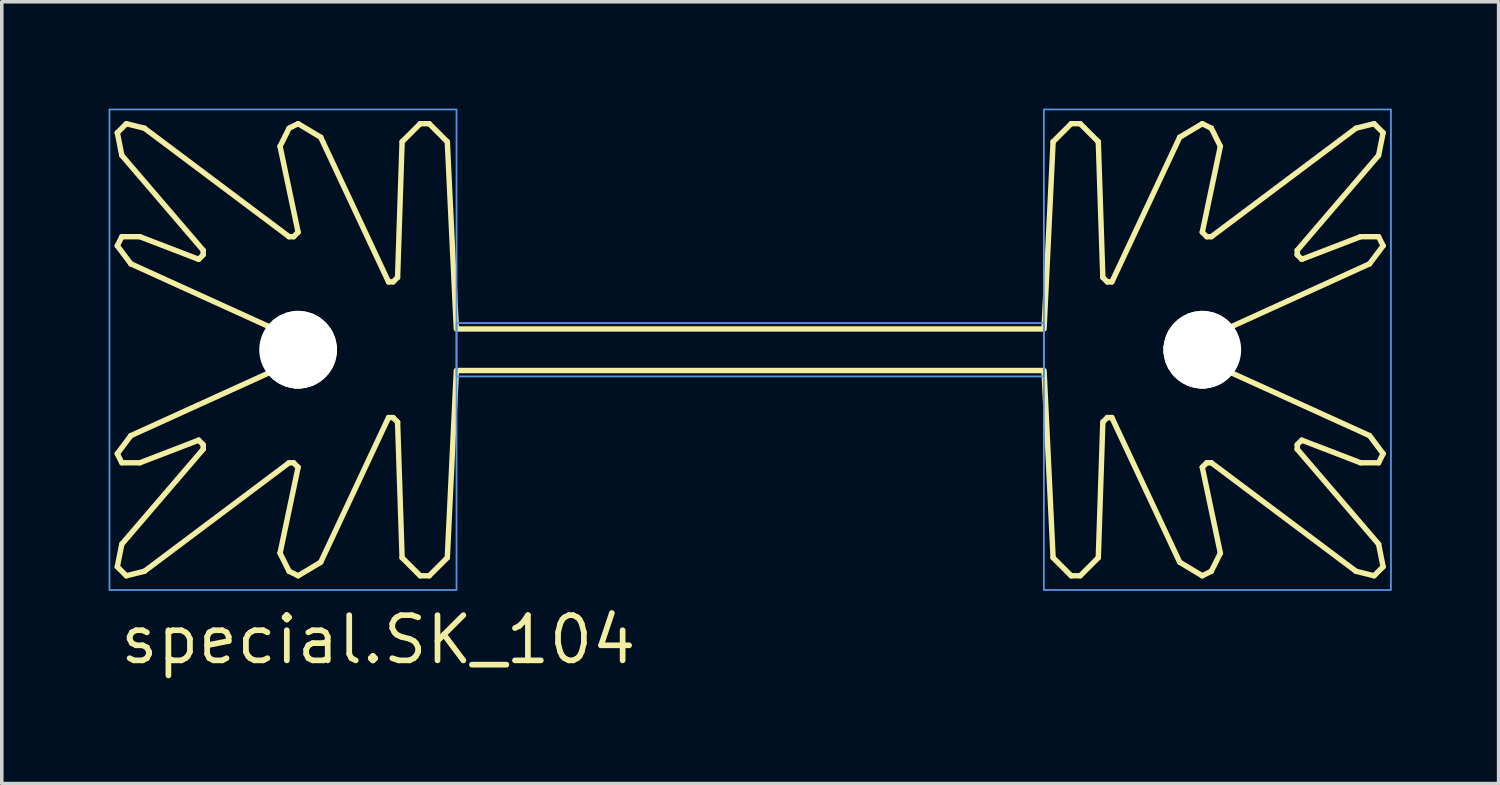
<source format=kicad_pcb>
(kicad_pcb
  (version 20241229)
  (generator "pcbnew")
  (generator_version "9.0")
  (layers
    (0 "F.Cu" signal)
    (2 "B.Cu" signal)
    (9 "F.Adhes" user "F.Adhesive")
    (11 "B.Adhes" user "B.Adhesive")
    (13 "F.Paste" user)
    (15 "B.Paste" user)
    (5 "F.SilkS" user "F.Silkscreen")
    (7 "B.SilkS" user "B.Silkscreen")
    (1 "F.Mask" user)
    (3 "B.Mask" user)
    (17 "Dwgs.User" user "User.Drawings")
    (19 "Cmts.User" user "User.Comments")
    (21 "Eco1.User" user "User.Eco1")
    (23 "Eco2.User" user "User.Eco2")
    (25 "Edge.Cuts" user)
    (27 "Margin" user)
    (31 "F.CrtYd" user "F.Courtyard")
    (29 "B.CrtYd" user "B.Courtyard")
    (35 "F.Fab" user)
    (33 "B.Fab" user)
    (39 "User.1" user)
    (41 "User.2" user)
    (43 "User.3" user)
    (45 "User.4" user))
  (footprint "special.SK_104"
    (layer "F.Cu")
    (at 18.025 6.775)
    (property "Reference" "special.SK_104" (at -17.78 8.89 0) (layer "F.SilkS") (effects (font (size 1.27 1.27) (thickness 0.16)) (justify left bottom)))
    (fp_line (start -17.78 -6.096) (end -17.653 -5.461) (stroke (width 0.152) (type default)) (layer "F.SilkS"))
    (fp_line (start -17.78 -2.921) (end -17.653 -3.175) (stroke (width 0.152) (type default)) (layer "F.SilkS"))
    (fp_line (start -17.78 -2.921) (end -17.399 -2.413) (stroke (width 0.152) (type default)) (layer "F.SilkS"))
    (fp_line (start -17.78 2.921) (end -17.653 3.175) (stroke (width 0.152) (type default)) (layer "F.SilkS"))
    (fp_line (start -17.78 2.921) (end -17.399 2.413) (stroke (width 0.152) (type default)) (layer "F.SilkS"))
    (fp_line (start -17.78 6.096) (end -17.653 5.461) (stroke (width 0.152) (type default)) (layer "F.SilkS"))
    (fp_line (start -17.653 -3.175) (end -17.145 -3.175) (stroke (width 0.152) (type default)) (layer "F.SilkS"))
    (fp_line (start -17.653 3.175) (end -17.145 3.175) (stroke (width 0.152) (type default)) (layer "F.SilkS"))
    (fp_line (start -17.526 -6.35) (end -17.78 -6.096) (stroke (width 0.152) (type default)) (layer "F.SilkS"))
    (fp_line (start -17.526 6.35) (end -17.78 6.096) (stroke (width 0.152) (type default)) (layer "F.SilkS"))
    (fp_line (start -17.399 -2.413) (end -13.487 -0.635) (stroke (width 0.152) (type default)) (layer "F.SilkS"))
    (fp_line (start -17.399 2.413) (end -13.487 0.635) (stroke (width 0.152) (type default)) (layer "F.SilkS"))
    (fp_line (start -17.018 -6.223) (end -17.526 -6.35) (stroke (width 0.152) (type default)) (layer "F.SilkS"))
    (fp_line (start -17.018 6.223) (end -17.526 6.35) (stroke (width 0.152) (type default)) (layer "F.SilkS"))
    (fp_line (start -15.494 -2.54) (end -17.145 -3.175) (stroke (width 0.152) (type default)) (layer "F.SilkS"))
    (fp_line (start -15.494 2.54) (end -17.145 3.175) (stroke (width 0.152) (type default)) (layer "F.SilkS"))
    (fp_line (start -15.367 -2.794) (end -17.653 -5.461) (stroke (width 0.152) (type default)) (layer "F.SilkS"))
    (fp_line (start -15.367 -2.667) (end -15.494 -2.54) (stroke (width 0.152) (type default)) (layer "F.SilkS"))
    (fp_line (start -15.367 -2.667) (end -15.367 -2.794) (stroke (width 0.152) (type default)) (layer "F.SilkS"))
    (fp_line (start -15.367 2.667) (end -15.494 2.54) (stroke (width 0.152) (type default)) (layer "F.SilkS"))
    (fp_line (start -15.367 2.667) (end -15.367 2.794) (stroke (width 0.152) (type default)) (layer "F.SilkS"))
    (fp_line (start -15.367 2.794) (end -17.653 5.461) (stroke (width 0.152) (type default)) (layer "F.SilkS"))
    (fp_line (start -13.487 -0.635) (end -13.36 -0.762) (stroke (width 0.152) (type default)) (layer "F.SilkS"))
    (fp_line (start -13.487 0.635) (end -13.36 0.762) (stroke (width 0.152) (type default)) (layer "F.SilkS"))
    (fp_line (start -13.36 -0.762) (end -13.183 -0.889) (stroke (width 0.152) (type default)) (layer "F.SilkS"))
    (fp_line (start -13.36 0.762) (end -13.183 0.889) (stroke (width 0.152) (type default)) (layer "F.SilkS"))
    (fp_line (start -13.183 -0.889) (end -13.005 -0.965) (stroke (width 0.152) (type default)) (layer "F.SilkS"))
    (fp_line (start -13.183 0.889) (end -13.005 0.965) (stroke (width 0.152) (type default)) (layer "F.SilkS"))
    (fp_line (start -13.005 -0.965) (end -12.776 -1.016) (stroke (width 0.152) (type default)) (layer "F.SilkS"))
    (fp_line (start -13.005 0.965) (end -12.776 1.016) (stroke (width 0.152) (type default)) (layer "F.SilkS"))
    (fp_line (start -12.954 -6.223) (end -13.208 -5.715) (stroke (width 0.152) (type default)) (layer "F.SilkS"))
    (fp_line (start -12.954 -3.175) (end -17.018 -6.223) (stroke (width 0.152) (type default)) (layer "F.SilkS"))
    (fp_line (start -12.954 3.175) (end -17.018 6.223) (stroke (width 0.152) (type default)) (layer "F.SilkS"))
    (fp_line (start -12.954 6.223) (end -13.208 5.715) (stroke (width 0.152) (type default)) (layer "F.SilkS"))
    (fp_line (start -12.827 -3.175) (end -12.954 -3.175) (stroke (width 0.152) (type default)) (layer "F.SilkS"))
    (fp_line (start -12.827 -3.175) (end -12.7 -3.302) (stroke (width 0.152) (type default)) (layer "F.SilkS"))
    (fp_line (start -12.827 3.175) (end -12.954 3.175) (stroke (width 0.152) (type default)) (layer "F.SilkS"))
    (fp_line (start -12.827 3.175) (end -12.7 3.302) (stroke (width 0.152) (type default)) (layer "F.SilkS"))
    (fp_line (start -12.776 -1.016) (end -12.649 -1.016) (stroke (width 0.152) (type default)) (layer "F.SilkS"))
    (fp_line (start -12.776 1.016) (end -12.649 1.016) (stroke (width 0.152) (type default)) (layer "F.SilkS"))
    (fp_line (start -12.7 -6.35) (end -12.954 -6.223) (stroke (width 0.152) (type default)) (layer "F.SilkS"))
    (fp_line (start -12.7 -3.302) (end -13.208 -5.715) (stroke (width 0.152) (type default)) (layer "F.SilkS"))
    (fp_line (start -12.7 3.302) (end -13.208 5.715) (stroke (width 0.152) (type default)) (layer "F.SilkS"))
    (fp_line (start -12.7 6.35) (end -12.954 6.223) (stroke (width 0.152) (type default)) (layer "F.SilkS"))
    (fp_line (start -12.649 -1.016) (end -12.497 -0.991) (stroke (width 0.152) (type default)) (layer "F.SilkS"))
    (fp_line (start -12.649 1.016) (end -12.497 0.991) (stroke (width 0.152) (type default)) (layer "F.SilkS"))
    (fp_line (start -12.497 -0.991) (end -12.319 -0.94) (stroke (width 0.152) (type default)) (layer "F.SilkS"))
    (fp_line (start -12.497 0.991) (end -12.319 0.94) (stroke (width 0.152) (type default)) (layer "F.SilkS"))
    (fp_line (start -12.319 -0.94) (end -12.141 -0.838) (stroke (width 0.152) (type default)) (layer "F.SilkS"))
    (fp_line (start -12.319 0.94) (end -12.141 0.838) (stroke (width 0.152) (type default)) (layer "F.SilkS"))
    (fp_line (start -12.141 -0.838) (end -11.963 -0.686) (stroke (width 0.152) (type default)) (layer "F.SilkS"))
    (fp_line (start -12.141 0.838) (end -11.963 0.686) (stroke (width 0.152) (type default)) (layer "F.SilkS"))
    (fp_line (start -12.065 -5.969) (end -12.7 -6.35) (stroke (width 0.152) (type default)) (layer "F.SilkS"))
    (fp_line (start -12.065 5.969) (end -12.7 6.35) (stroke (width 0.152) (type default)) (layer "F.SilkS"))
    (fp_line (start -11.963 -0.686) (end -11.811 -0.483) (stroke (width 0.152) (type default)) (layer "F.SilkS"))
    (fp_line (start -11.963 0.686) (end -11.811 0.483) (stroke (width 0.152) (type default)) (layer "F.SilkS"))
    (fp_line (start -11.811 -0.483) (end -11.735 -0.305) (stroke (width 0.152) (type default)) (layer "F.SilkS"))
    (fp_line (start -11.811 0.483) (end -11.735 0.305) (stroke (width 0.152) (type default)) (layer "F.SilkS"))
    (fp_line (start -11.735 -0.305) (end -11.684 -0.076) (stroke (width 0.152) (type default)) (layer "F.SilkS"))
    (fp_line (start -11.735 0.305) (end -11.684 0.076) (stroke (width 0.152) (type default)) (layer "F.SilkS"))
    (fp_line (start -11.684 -0.076) (end -11.684 0.076) (stroke (width 0.152) (type default)) (layer "F.SilkS"))
    (fp_line (start -10.16 -1.905) (end -12.065 -5.969) (stroke (width 0.152) (type default)) (layer "F.SilkS"))
    (fp_line (start -10.16 -1.905) (end -10.033 -1.905) (stroke (width 0.152) (type default)) (layer "F.SilkS"))
    (fp_line (start -10.16 1.905) (end -12.065 5.969) (stroke (width 0.152) (type default)) (layer "F.SilkS"))
    (fp_line (start -10.16 1.905) (end -10.033 1.905) (stroke (width 0.152) (type default)) (layer "F.SilkS"))
    (fp_line (start -10.033 -1.905) (end -9.906 -2.032) (stroke (width 0.152) (type default)) (layer "F.SilkS"))
    (fp_line (start -10.033 1.905) (end -9.906 2.032) (stroke (width 0.152) (type default)) (layer "F.SilkS"))
    (fp_line (start -9.906 -2.032) (end -9.779 -5.842) (stroke (width 0.152) (type default)) (layer "F.SilkS"))
    (fp_line (start -9.906 2.032) (end -9.779 5.842) (stroke (width 0.152) (type default)) (layer "F.SilkS"))
    (fp_line (start -9.271 -6.35) (end -9.779 -5.842) (stroke (width 0.152) (type default)) (layer "F.SilkS"))
    (fp_line (start -9.271 -6.35) (end -9.017 -6.35) (stroke (width 0.152) (type default)) (layer "F.SilkS"))
    (fp_line (start -9.271 6.35) (end -9.779 5.842) (stroke (width 0.152) (type default)) (layer "F.SilkS"))
    (fp_line (start -9.271 6.35) (end -9.017 6.35) (stroke (width 0.152) (type default)) (layer "F.SilkS"))
    (fp_line (start -9.017 -6.35) (end -8.509 -5.842) (stroke (width 0.152) (type default)) (layer "F.SilkS"))
    (fp_line (start -9.017 6.35) (end -8.509 5.842) (stroke (width 0.152) (type default)) (layer "F.SilkS"))
    (fp_line (start -8.255 -0.584) (end -8.509 -5.842) (stroke (width 0.152) (type default)) (layer "F.SilkS"))
    (fp_line (start -8.255 0.584) (end -8.509 5.842) (stroke (width 0.152) (type default)) (layer "F.SilkS"))
    (fp_line (start 8.255 -0.584) (end 8.509 -5.842) (stroke (width 0.152) (type default)) (layer "F.SilkS"))
    (fp_line (start 8.255 0.584) (end 8.509 5.842) (stroke (width 0.152) (type default)) (layer "F.SilkS"))
    (fp_line (start 9.017 -6.35) (end 8.509 -5.842) (stroke (width 0.152) (type default)) (layer "F.SilkS"))
    (fp_line (start 9.017 6.35) (end 8.509 5.842) (stroke (width 0.152) (type default)) (layer "F.SilkS"))
    (fp_line (start 9.271 -6.35) (end 9.017 -6.35) (stroke (width 0.152) (type default)) (layer "F.SilkS"))
    (fp_line (start 9.271 -6.35) (end 9.779 -5.842) (stroke (width 0.152) (type default)) (layer "F.SilkS"))
    (fp_line (start 9.271 6.35) (end 9.017 6.35) (stroke (width 0.152) (type default)) (layer "F.SilkS"))
    (fp_line (start 9.271 6.35) (end 9.779 5.842) (stroke (width 0.152) (type default)) (layer "F.SilkS"))
    (fp_line (start 9.906 -2.032) (end 9.779 -5.842) (stroke (width 0.152) (type default)) (layer "F.SilkS"))
    (fp_line (start 9.906 2.032) (end 9.779 5.842) (stroke (width 0.152) (type default)) (layer "F.SilkS"))
    (fp_line (start 10.033 -1.905) (end 9.906 -2.032) (stroke (width 0.152) (type default)) (layer "F.SilkS"))
    (fp_line (start 10.033 1.905) (end 9.906 2.032) (stroke (width 0.152) (type default)) (layer "F.SilkS"))
    (fp_line (start 10.16 -1.905) (end 10.033 -1.905) (stroke (width 0.152) (type default)) (layer "F.SilkS"))
    (fp_line (start 10.16 -1.905) (end 12.065 -5.969) (stroke (width 0.152) (type default)) (layer "F.SilkS"))
    (fp_line (start 10.16 1.905) (end 10.033 1.905) (stroke (width 0.152) (type default)) (layer "F.SilkS"))
    (fp_line (start 10.16 1.905) (end 12.065 5.969) (stroke (width 0.152) (type default)) (layer "F.SilkS"))
    (fp_line (start 11.684 0.076) (end 11.684 -0.076) (stroke (width 0.152) (type default)) (layer "F.SilkS"))
    (fp_line (start 11.735 -0.305) (end 11.684 -0.076) (stroke (width 0.152) (type default)) (layer "F.SilkS"))
    (fp_line (start 11.735 0.305) (end 11.684 0.076) (stroke (width 0.152) (type default)) (layer "F.SilkS"))
    (fp_line (start 11.811 -0.483) (end 11.735 -0.305) (stroke (width 0.152) (type default)) (layer "F.SilkS"))
    (fp_line (start 11.811 0.483) (end 11.735 0.305) (stroke (width 0.152) (type default)) (layer "F.SilkS"))
    (fp_line (start 11.963 -0.686) (end 11.811 -0.483) (stroke (width 0.152) (type default)) (layer "F.SilkS"))
    (fp_line (start 11.963 0.686) (end 11.811 0.483) (stroke (width 0.152) (type default)) (layer "F.SilkS"))
    (fp_line (start 12.065 -5.969) (end 12.7 -6.35) (stroke (width 0.152) (type default)) (layer "F.SilkS"))
    (fp_line (start 12.065 5.969) (end 12.7 6.35) (stroke (width 0.152) (type default)) (layer "F.SilkS"))
    (fp_line (start 12.141 -0.838) (end 11.963 -0.686) (stroke (width 0.152) (type default)) (layer "F.SilkS"))
    (fp_line (start 12.141 0.838) (end 11.963 0.686) (stroke (width 0.152) (type default)) (layer "F.SilkS"))
    (fp_line (start 12.319 -0.94) (end 12.141 -0.838) (stroke (width 0.152) (type default)) (layer "F.SilkS"))
    (fp_line (start 12.319 0.94) (end 12.141 0.838) (stroke (width 0.152) (type default)) (layer "F.SilkS"))
    (fp_line (start 12.497 -0.991) (end 12.319 -0.94) (stroke (width 0.152) (type default)) (layer "F.SilkS"))
    (fp_line (start 12.497 0.991) (end 12.319 0.94) (stroke (width 0.152) (type default)) (layer "F.SilkS"))
    (fp_line (start 12.649 -1.016) (end 12.497 -0.991) (stroke (width 0.152) (type default)) (layer "F.SilkS"))
    (fp_line (start 12.649 1.016) (end 12.497 0.991) (stroke (width 0.152) (type default)) (layer "F.SilkS"))
    (fp_line (start 12.7 -6.35) (end 12.954 -6.223) (stroke (width 0.152) (type default)) (layer "F.SilkS"))
    (fp_line (start 12.7 -3.302) (end 13.208 -5.715) (stroke (width 0.152) (type default)) (layer "F.SilkS"))
    (fp_line (start 12.7 3.302) (end 13.208 5.715) (stroke (width 0.152) (type default)) (layer "F.SilkS"))
    (fp_line (start 12.7 6.35) (end 12.954 6.223) (stroke (width 0.152) (type default)) (layer "F.SilkS"))
    (fp_line (start 12.776 -1.016) (end 12.649 -1.016) (stroke (width 0.152) (type default)) (layer "F.SilkS"))
    (fp_line (start 12.776 1.016) (end 12.649 1.016) (stroke (width 0.152) (type default)) (layer "F.SilkS"))
    (fp_line (start 12.827 -3.175) (end 12.7 -3.302) (stroke (width 0.152) (type default)) (layer "F.SilkS"))
    (fp_line (start 12.827 -3.175) (end 12.954 -3.175) (stroke (width 0.152) (type default)) (layer "F.SilkS"))
    (fp_line (start 12.827 3.175) (end 12.7 3.302) (stroke (width 0.152) (type default)) (layer "F.SilkS"))
    (fp_line (start 12.827 3.175) (end 12.954 3.175) (stroke (width 0.152) (type default)) (layer "F.SilkS"))
    (fp_line (start 12.954 -6.223) (end 13.208 -5.715) (stroke (width 0.152) (type default)) (layer "F.SilkS"))
    (fp_line (start 12.954 -3.175) (end 17.018 -6.223) (stroke (width 0.152) (type default)) (layer "F.SilkS"))
    (fp_line (start 12.954 3.175) (end 17.018 6.223) (stroke (width 0.152) (type default)) (layer "F.SilkS"))
    (fp_line (start 12.954 6.223) (end 13.208 5.715) (stroke (width 0.152) (type default)) (layer "F.SilkS"))
    (fp_line (start 13.005 -0.965) (end 12.776 -1.016) (stroke (width 0.152) (type default)) (layer "F.SilkS"))
    (fp_line (start 13.005 0.965) (end 12.776 1.016) (stroke (width 0.152) (type default)) (layer "F.SilkS"))
    (fp_line (start 13.183 -0.889) (end 13.005 -0.965) (stroke (width 0.152) (type default)) (layer "F.SilkS"))
    (fp_line (start 13.183 0.889) (end 13.005 0.965) (stroke (width 0.152) (type default)) (layer "F.SilkS"))
    (fp_line (start 13.36 -0.762) (end 13.183 -0.889) (stroke (width 0.152) (type default)) (layer "F.SilkS"))
    (fp_line (start 13.36 0.762) (end 13.183 0.889) (stroke (width 0.152) (type default)) (layer "F.SilkS"))
    (fp_line (start 13.487 -0.635) (end 13.36 -0.762) (stroke (width 0.152) (type default)) (layer "F.SilkS"))
    (fp_line (start 13.487 0.635) (end 13.36 0.762) (stroke (width 0.152) (type default)) (layer "F.SilkS"))
    (fp_line (start 15.367 -2.794) (end 17.653 -5.461) (stroke (width 0.152) (type default)) (layer "F.SilkS"))
    (fp_line (start 15.367 -2.667) (end 15.367 -2.794) (stroke (width 0.152) (type default)) (layer "F.SilkS"))
    (fp_line (start 15.367 -2.667) (end 15.494 -2.54) (stroke (width 0.152) (type default)) (layer "F.SilkS"))
    (fp_line (start 15.367 2.667) (end 15.367 2.794) (stroke (width 0.152) (type default)) (layer "F.SilkS"))
    (fp_line (start 15.367 2.667) (end 15.494 2.54) (stroke (width 0.152) (type default)) (layer "F.SilkS"))
    (fp_line (start 15.367 2.794) (end 17.653 5.461) (stroke (width 0.152) (type default)) (layer "F.SilkS"))
    (fp_line (start 15.494 -2.54) (end 17.145 -3.175) (stroke (width 0.152) (type default)) (layer "F.SilkS"))
    (fp_line (start 15.494 2.54) (end 17.145 3.175) (stroke (width 0.152) (type default)) (layer "F.SilkS"))
    (fp_line (start 17.018 -6.223) (end 17.526 -6.35) (stroke (width 0.152) (type default)) (layer "F.SilkS"))
    (fp_line (start 17.018 6.223) (end 17.526 6.35) (stroke (width 0.152) (type default)) (layer "F.SilkS"))
    (fp_line (start 17.399 -2.413) (end 13.487 -0.635) (stroke (width 0.152) (type default)) (layer "F.SilkS"))
    (fp_line (start 17.399 2.413) (end 13.487 0.635) (stroke (width 0.152) (type default)) (layer "F.SilkS"))
    (fp_line (start 17.526 -6.35) (end 17.78 -6.096) (stroke (width 0.152) (type default)) (layer "F.SilkS"))
    (fp_line (start 17.526 6.35) (end 17.78 6.096) (stroke (width 0.152) (type default)) (layer "F.SilkS"))
    (fp_line (start 17.653 -3.175) (end 17.145 -3.175) (stroke (width 0.152) (type default)) (layer "F.SilkS"))
    (fp_line (start 17.653 3.175) (end 17.145 3.175) (stroke (width 0.152) (type default)) (layer "F.SilkS"))
    (fp_line (start 17.78 -6.096) (end 17.653 -5.461) (stroke (width 0.152) (type default)) (layer "F.SilkS"))
    (fp_line (start 17.78 -2.921) (end 17.399 -2.413) (stroke (width 0.152) (type default)) (layer "F.SilkS"))
    (fp_line (start 17.78 -2.921) (end 17.653 -3.175) (stroke (width 0.152) (type default)) (layer "F.SilkS"))
    (fp_line (start 17.78 2.921) (end 17.399 2.413) (stroke (width 0.152) (type default)) (layer "F.SilkS"))
    (fp_line (start 17.78 2.921) (end 17.653 3.175) (stroke (width 0.152) (type default)) (layer "F.SilkS"))
    (fp_line (start 17.78 6.096) (end 17.653 5.461) (stroke (width 0.152) (type default)) (layer "F.SilkS"))
    (fp_rect (start -8.255 -0.533) (end 8.255 -0.635) (stroke (width 0.05) (type default)) (fill yes) (layer "F.SilkS"))
    (fp_rect (start -8.255 0.635) (end 8.255 0.533) (stroke (width 0.05) (type default)) (fill yes) (layer "F.SilkS"))
    (fp_rect (start -18 6.75) (end -8.25 -6.75) (stroke (width 0.05) (type default)) (fill no) (layer "Cmts.User"))
    (fp_rect (start -8.25 0.75) (end 8.25 -0.75) (stroke (width 0.05) (type default)) (fill no) (layer "Cmts.User"))
    (fp_rect (start 8.25 6.75) (end 18 -6.75) (stroke (width 0.05) (type default)) (fill no) (layer "Cmts.User"))
    (pad "" np_thru_hole circle (at -12.7 0) (size 2.184 2.184) (drill 2.184) (layers "*.Cu" "*.Mask"))
    (pad "" np_thru_hole circle (at 12.7 0) (size 2.184 2.184) (drill 2.184) (layers "*.Cu" "*.Mask")))
  (gr_rect
    (start -3 -3)
    (end 39.05 18.962)
    (stroke (width 0.1) (type default))
    (fill no)
    (layer "Edge.Cuts")))
</source>
